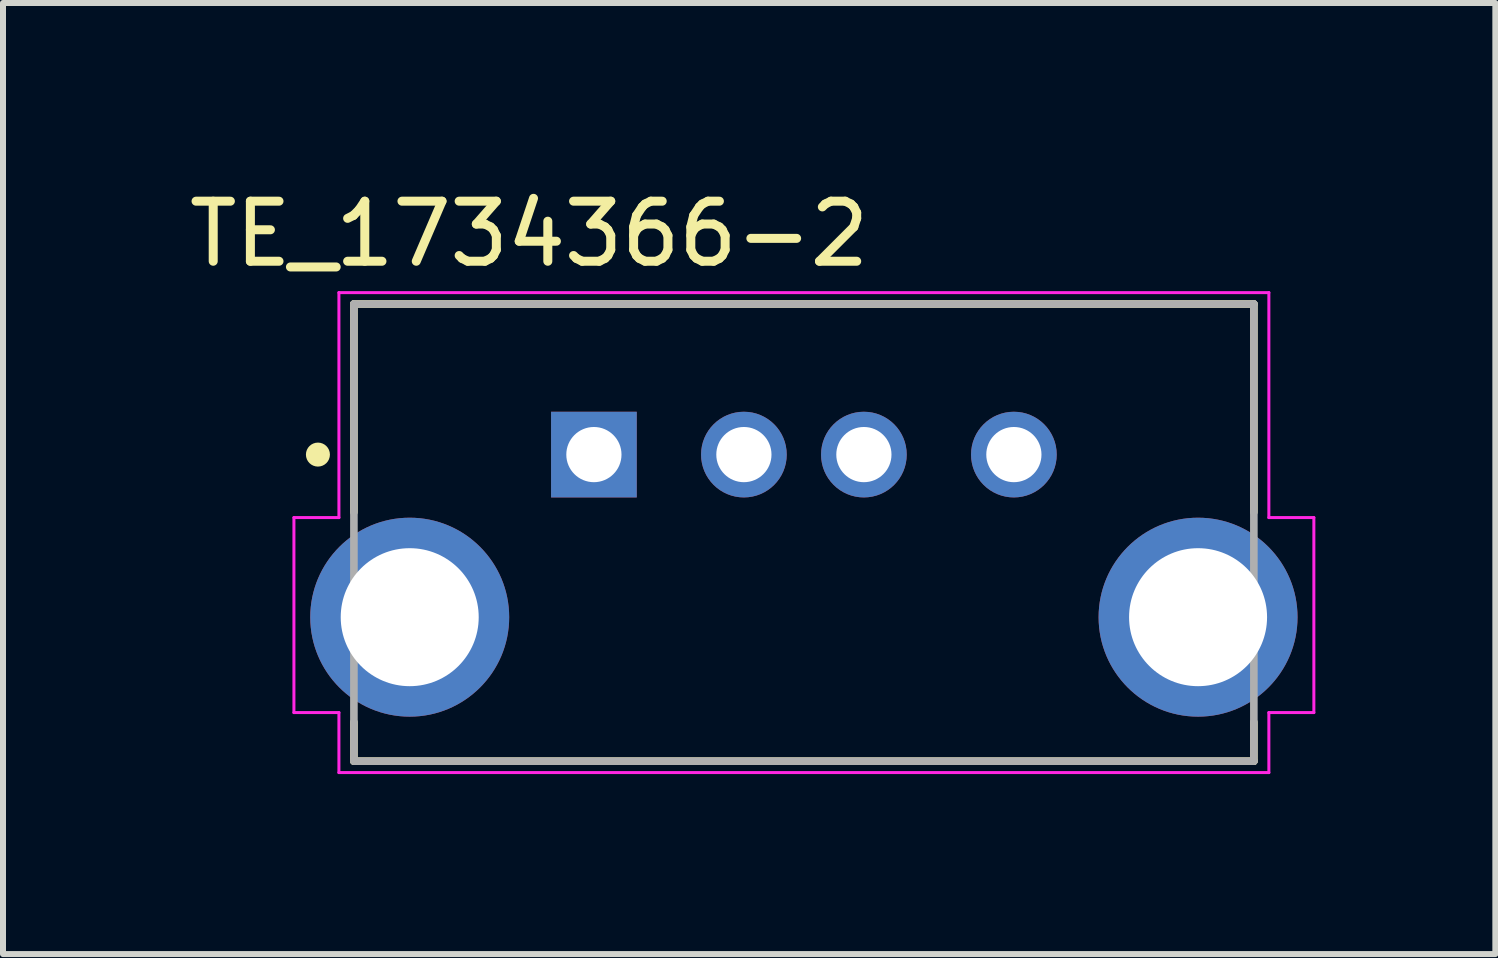
<source format=kicad_pcb>
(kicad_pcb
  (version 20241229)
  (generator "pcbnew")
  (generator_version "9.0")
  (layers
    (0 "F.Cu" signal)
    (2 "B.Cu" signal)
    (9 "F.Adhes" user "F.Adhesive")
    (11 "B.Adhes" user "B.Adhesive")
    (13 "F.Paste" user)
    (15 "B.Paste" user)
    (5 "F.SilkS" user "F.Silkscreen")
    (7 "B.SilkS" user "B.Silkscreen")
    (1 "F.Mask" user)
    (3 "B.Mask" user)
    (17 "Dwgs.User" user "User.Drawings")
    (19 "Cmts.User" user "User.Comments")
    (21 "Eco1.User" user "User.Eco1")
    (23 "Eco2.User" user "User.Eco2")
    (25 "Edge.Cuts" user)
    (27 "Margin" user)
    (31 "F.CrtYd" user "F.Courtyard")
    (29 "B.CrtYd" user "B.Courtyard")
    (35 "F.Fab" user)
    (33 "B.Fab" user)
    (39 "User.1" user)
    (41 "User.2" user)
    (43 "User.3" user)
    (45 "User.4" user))
  (footprint "TE_1734366-2"
    (layer "F.Cu")
    (at 10.349 5.827)
    (property "Reference" "TE_1734366-2" (at -4.578 -4.978 0) (layer "F.SilkS") (effects (font (size 1.001 1.001) (thickness 0.15))))
    (attr through_hole)
    (fp_line (start -7.5 -3.81) (end -7.5 -0.34) (stroke (width 0.127) (type solid)) (layer "F.SilkS"))
    (fp_line (start -7.5 -3.81) (end 7.5 -3.81) (stroke (width 0.127) (type solid)) (layer "F.SilkS"))
    (fp_line (start -7.5 3.16) (end -7.5 3.81) (stroke (width 0.127) (type solid)) (layer "F.SilkS"))
    (fp_line (start 7.5 -3.81) (end 7.5 -0.34) (stroke (width 0.127) (type solid)) (layer "F.SilkS"))
    (fp_line (start 7.5 3.16) (end 7.5 3.81) (stroke (width 0.127) (type solid)) (layer "F.SilkS"))
    (fp_line (start 7.5 3.81) (end -7.5 3.81) (stroke (width 0.127) (type solid)) (layer "F.SilkS"))
    (fp_circle (center -8.1 -1.3) (end -8 -1.3) (stroke (width 0.2) (type solid)) (fill no) (layer "F.SilkS"))
    (fp_line (start -8.5 -0.25) (end -7.75 -0.25) (stroke (width 0.05) (type solid)) (layer "F.CrtYd"))
    (fp_line (start -8.5 3) (end -8.5 -0.25) (stroke (width 0.05) (type solid)) (layer "F.CrtYd"))
    (fp_line (start -7.75 -4) (end 7.75 -4) (stroke (width 0.05) (type solid)) (layer "F.CrtYd"))
    (fp_line (start -7.75 -0.25) (end -7.75 -4) (stroke (width 0.05) (type solid)) (layer "F.CrtYd"))
    (fp_line (start -7.75 3) (end -8.5 3) (stroke (width 0.05) (type solid)) (layer "F.CrtYd"))
    (fp_line (start -7.75 4) (end -7.75 3) (stroke (width 0.05) (type solid)) (layer "F.CrtYd"))
    (fp_line (start 7.75 -4) (end 7.75 -0.25) (stroke (width 0.05) (type solid)) (layer "F.CrtYd"))
    (fp_line (start 7.75 -0.25) (end 8.5 -0.25) (stroke (width 0.05) (type solid)) (layer "F.CrtYd"))
    (fp_line (start 7.75 3) (end 7.75 4) (stroke (width 0.05) (type solid)) (layer "F.CrtYd"))
    (fp_line (start 7.75 4) (end -7.75 4) (stroke (width 0.05) (type solid)) (layer "F.CrtYd"))
    (fp_line (start 8.5 -0.25) (end 8.5 3) (stroke (width 0.05) (type solid)) (layer "F.CrtYd"))
    (fp_line (start 8.5 3) (end 7.75 3) (stroke (width 0.05) (type solid)) (layer "F.CrtYd"))
    (fp_line (start -7.5 -3.81) (end 7.5 -3.81) (stroke (width 0.127) (type solid)) (layer "F.Fab"))
    (fp_line (start -7.5 3.81) (end -7.5 -3.81) (stroke (width 0.127) (type solid)) (layer "F.Fab"))
    (fp_line (start 7.5 -3.81) (end 7.5 3.81) (stroke (width 0.127) (type solid)) (layer "F.Fab"))
    (fp_line (start 7.5 3.81) (end -7.5 3.81) (stroke (width 0.127) (type solid)) (layer "F.Fab"))
    (fp_circle (center -3.5 -1.3) (end -3.4 -1.3) (stroke (width 0.2) (type solid)) (fill no) (layer "F.Fab"))
    (pad "1" thru_hole rect (at -3.5 -1.3) (size 1.428 1.428) (drill 0.92) (layers "*.Cu" "*.Mask"))
    (pad "2" thru_hole circle (at -1 -1.3) (size 1.428 1.428) (drill 0.92) (layers "*.Cu" "*.Mask"))
    (pad "3" thru_hole circle (at 1 -1.3) (size 1.428 1.428) (drill 0.92) (layers "*.Cu" "*.Mask"))
    (pad "4" thru_hole circle (at 3.5 -1.3) (size 1.428 1.428) (drill 0.92) (layers "*.Cu" "*.Mask"))
    (pad "SH1" thru_hole circle (at -6.57 1.41) (size 3.316 3.316) (drill 2.3) (layers "*.Cu" "*.Mask"))
    (pad "SH2" thru_hole circle (at 6.57 1.41) (size 3.316 3.316) (drill 2.3) (layers "*.Cu" "*.Mask")))
  (gr_rect
    (start -3 -3)
    (end 21.874 12.852)
    (stroke (width 0.1) (type default))
    (fill no)
    (layer "Edge.Cuts")))
</source>
